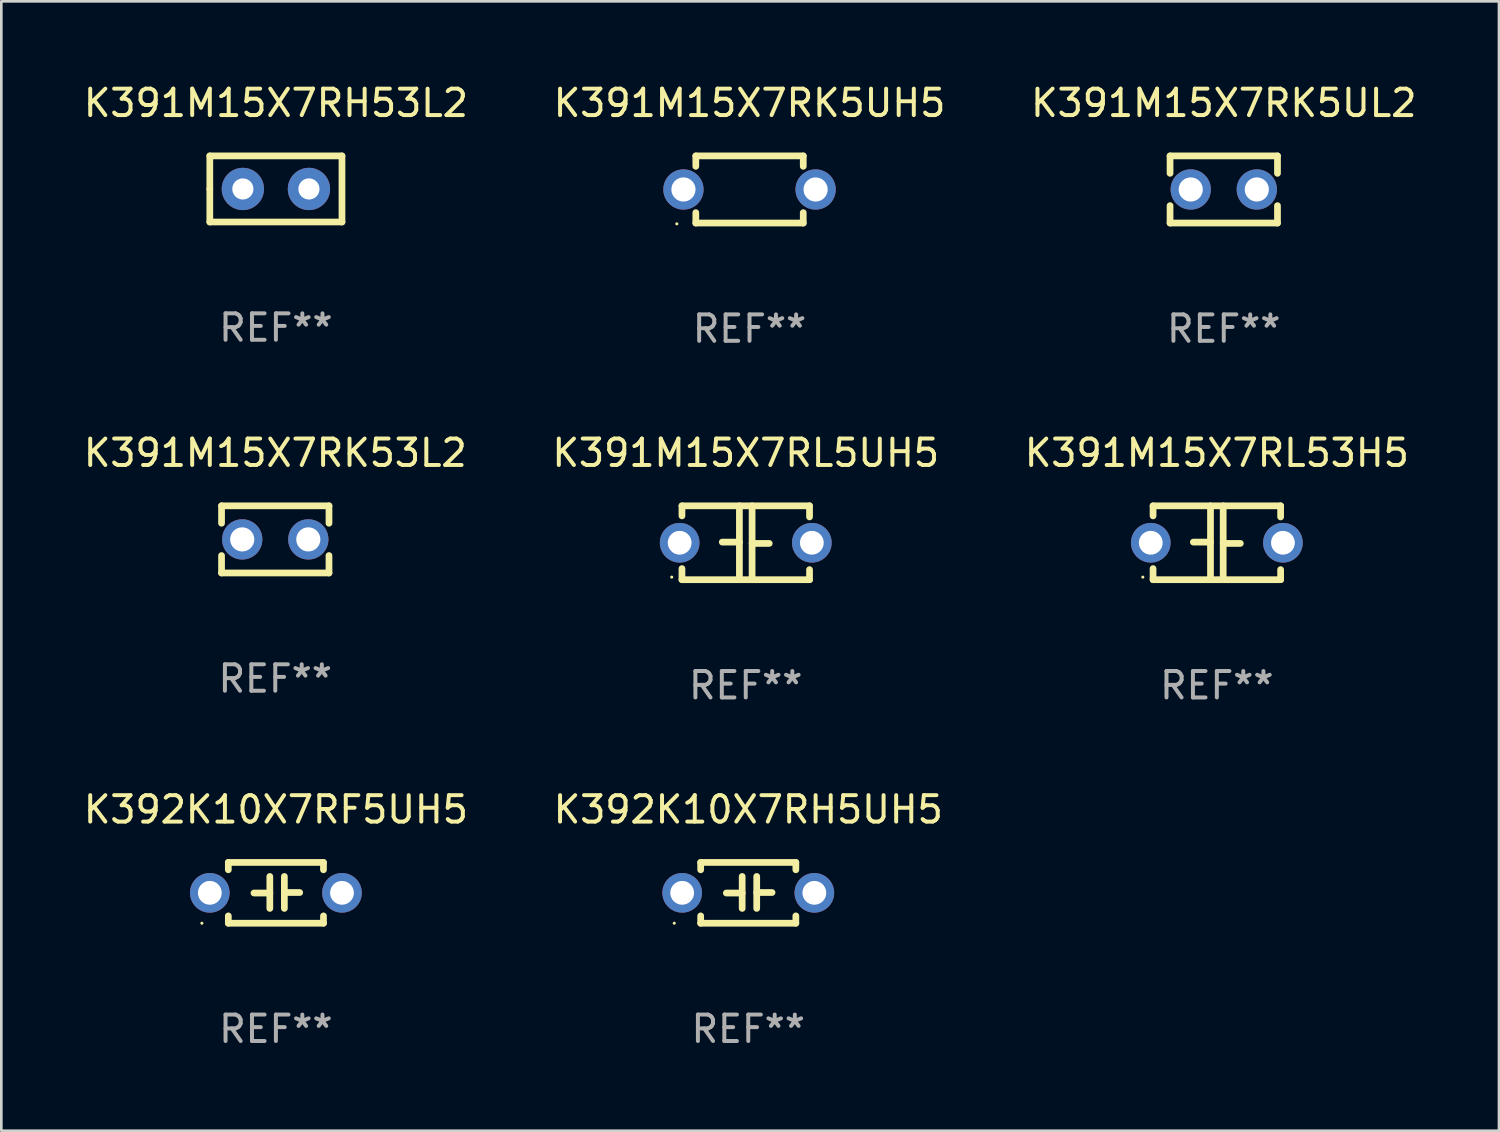
<source format=kicad_pcb>
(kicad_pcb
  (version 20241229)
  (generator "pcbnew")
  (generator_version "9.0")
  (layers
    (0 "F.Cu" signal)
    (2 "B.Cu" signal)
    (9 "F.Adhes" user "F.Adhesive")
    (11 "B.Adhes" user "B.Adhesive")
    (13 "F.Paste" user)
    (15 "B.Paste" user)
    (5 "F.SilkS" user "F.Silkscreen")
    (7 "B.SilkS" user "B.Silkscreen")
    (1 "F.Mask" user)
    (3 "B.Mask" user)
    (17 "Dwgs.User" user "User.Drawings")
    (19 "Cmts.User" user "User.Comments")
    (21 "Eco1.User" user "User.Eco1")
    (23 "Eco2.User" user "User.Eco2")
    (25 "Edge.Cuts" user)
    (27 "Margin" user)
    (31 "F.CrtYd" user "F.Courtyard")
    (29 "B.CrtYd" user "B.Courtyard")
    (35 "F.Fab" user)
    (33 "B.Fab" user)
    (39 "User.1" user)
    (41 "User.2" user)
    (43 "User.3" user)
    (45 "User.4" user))
  (footprint "K391M15X7RL53H5"
    (layer "F.Cu")
    (at 42.982 17.482)
    (property "Reference" "K391M15X7RL53H5" (at 0 -3.397 0) (layer "F.SilkS") (effects (font (size 1 1) (thickness 0.15))))
    (attr through_hole)
    (fp_line (start -2.413 -1.397) (end 2.413 -1.397) (stroke (width 0.254) (type solid)) (layer "F.SilkS"))
    (fp_line (start -2.413 -1.016) (end -2.413 -1.397) (stroke (width 0.254) (type solid)) (layer "F.SilkS"))
    (fp_line (start -2.413 0.977) (end -2.413 1.397) (stroke (width 0.254) (type solid)) (layer "F.SilkS"))
    (fp_line (start -0.24 -0.025) (end -0.889 -0.025) (stroke (width 0.254) (type solid)) (layer "F.SilkS"))
    (fp_line (start -0.24 1.397) (end -0.24 -1.397) (stroke (width 0.254) (type solid)) (layer "F.SilkS"))
    (fp_line (start 0.24 -1.397) (end 0.24 1.397) (stroke (width 0.254) (type solid)) (layer "F.SilkS"))
    (fp_line (start 0.24 0.025) (end 0.889 0.025) (stroke (width 0.254) (type solid)) (layer "F.SilkS"))
    (fp_line (start 2.413 -0.977) (end 2.413 -1.397) (stroke (width 0.254) (type solid)) (layer "F.SilkS"))
    (fp_line (start 2.413 1.016) (end 2.413 1.397) (stroke (width 0.254) (type solid)) (layer "F.SilkS"))
    (fp_line (start 2.413 1.397) (end -2.413 1.397) (stroke (width 0.254) (type solid)) (layer "F.SilkS"))
    (fp_circle (center -2.8 1.3) (end -2.77 1.3) (stroke (width 0.06) (type solid)) (fill no) (layer "F.SilkS"))
    (fp_text user "REF**" (at 0 5.397 0) (layer "F.Fab") (effects (font (size 1 1) (thickness 0.15))))
    (pad "1" thru_hole circle (at -2.5 0) (size 1.5 1.5) (drill 0.9) (layers "*.Cu" "*.Mask"))
    (pad "2" thru_hole circle (at 2.5 0) (size 1.5 1.5) (drill 0.9) (layers "*.Cu" "*.Mask")))
  (footprint "K391M15X7RK5UH5"
    (layer "F.Cu")
    (at 25.304 4.118)
    (property "Reference" "K391M15X7RK5UH5" (at 0 -3.27 0) (layer "F.SilkS") (effects (font (size 1 1) (thickness 0.15))))
    (attr through_hole)
    (fp_line (start -2.032 -1.27) (end -2.032 -0.876) (stroke (width 0.254) (type solid)) (layer "F.SilkS"))
    (fp_line (start -2.032 0.876) (end -2.032 1.27) (stroke (width 0.254) (type solid)) (layer "F.SilkS"))
    (fp_line (start -2.032 1.27) (end 2.032 1.27) (stroke (width 0.254) (type solid)) (layer "F.SilkS"))
    (fp_line (start 2.032 -1.27) (end -2.032 -1.27) (stroke (width 0.254) (type solid)) (layer "F.SilkS"))
    (fp_line (start 2.032 -0.876) (end 2.032 -1.27) (stroke (width 0.254) (type solid)) (layer "F.SilkS"))
    (fp_line (start 2.032 1.27) (end 2.032 0.876) (stroke (width 0.254) (type solid)) (layer "F.SilkS"))
    (fp_circle (center -2.751 1.3) (end -2.721 1.3) (stroke (width 0.06) (type solid)) (fill no) (layer "F.SilkS"))
    (fp_text user "REF**" (at 0 5.27 0) (layer "F.Fab") (effects (font (size 1 1) (thickness 0.15))))
    (pad "1" thru_hole circle (at -2.5 0) (size 1.524 1.524) (drill 0.914) (layers "*.Cu" "*.Mask"))
    (pad "2" thru_hole circle (at 2.5 0) (size 1.524 1.524) (drill 0.914) (layers "*.Cu" "*.Mask")))
  (footprint "K391M15X7RL5UH5"
    (layer "F.Cu")
    (at 25.161 17.482)
    (property "Reference" "K391M15X7RL5UH5" (at 0 -3.397 0) (layer "F.SilkS") (effects (font (size 1 1) (thickness 0.15))))
    (attr through_hole)
    (fp_line (start -2.413 -1.397) (end 2.413 -1.397) (stroke (width 0.254) (type solid)) (layer "F.SilkS"))
    (fp_line (start -2.413 -1.016) (end -2.413 -1.397) (stroke (width 0.254) (type solid)) (layer "F.SilkS"))
    (fp_line (start -2.413 0.977) (end -2.413 1.397) (stroke (width 0.254) (type solid)) (layer "F.SilkS"))
    (fp_line (start -0.24 -0.025) (end -0.889 -0.025) (stroke (width 0.254) (type solid)) (layer "F.SilkS"))
    (fp_line (start -0.24 1.397) (end -0.24 -1.397) (stroke (width 0.254) (type solid)) (layer "F.SilkS"))
    (fp_line (start 0.24 -1.397) (end 0.24 1.397) (stroke (width 0.254) (type solid)) (layer "F.SilkS"))
    (fp_line (start 0.24 0.025) (end 0.889 0.025) (stroke (width 0.254) (type solid)) (layer "F.SilkS"))
    (fp_line (start 2.413 -0.977) (end 2.413 -1.397) (stroke (width 0.254) (type solid)) (layer "F.SilkS"))
    (fp_line (start 2.413 1.016) (end 2.413 1.397) (stroke (width 0.254) (type solid)) (layer "F.SilkS"))
    (fp_line (start 2.413 1.397) (end -2.413 1.397) (stroke (width 0.254) (type solid)) (layer "F.SilkS"))
    (fp_circle (center -2.8 1.3) (end -2.77 1.3) (stroke (width 0.06) (type solid)) (fill no) (layer "F.SilkS"))
    (fp_text user "REF**" (at 0 5.397 0) (layer "F.Fab") (effects (font (size 1 1) (thickness 0.15))))
    (pad "1" thru_hole circle (at -2.5 0) (size 1.5 1.5) (drill 0.9) (layers "*.Cu" "*.Mask"))
    (pad "2" thru_hole circle (at 2.5 0) (size 1.5 1.5) (drill 0.9) (layers "*.Cu" "*.Mask")))
  (footprint "K392K10X7RH5UH5"
    (layer "F.Cu")
    (at 25.256 30.725)
    (property "Reference" "K392K10X7RH5UH5" (at 0 -3.15 0) (layer "F.SilkS") (effects (font (size 1 1) (thickness 0.15))))
    (attr through_hole)
    (fp_line (start -1.8 -1.15) (end -1.8 -0.872) (stroke (width 0.254) (type solid)) (layer "F.SilkS"))
    (fp_line (start -1.8 -1.15) (end 1.8 -1.15) (stroke (width 0.254) (type solid)) (layer "F.SilkS"))
    (fp_line (start -1.8 0.872) (end -1.8 1.15) (stroke (width 0.254) (type solid)) (layer "F.SilkS"))
    (fp_line (start -1.8 1.15) (end 1.8 1.15) (stroke (width 0.254) (type solid)) (layer "F.SilkS"))
    (fp_line (start -0.23 -0.62) (end -0.23 0.59) (stroke (width 0.254) (type solid)) (layer "F.SilkS"))
    (fp_line (start -0.23 0.007) (end -0.83 0.007) (stroke (width 0.254) (type solid)) (layer "F.SilkS"))
    (fp_line (start 0.32 -0.62) (end 0.32 0.59) (stroke (width 0.254) (type solid)) (layer "F.SilkS"))
    (fp_line (start 0.32 -0.012) (end 0.9 -0.012) (stroke (width 0.254) (type solid)) (layer "F.SilkS"))
    (fp_line (start 1.8 -1.15) (end 1.8 -0.872) (stroke (width 0.254) (type solid)) (layer "F.SilkS"))
    (fp_line (start 1.8 0.872) (end 1.8 1.15) (stroke (width 0.254) (type solid)) (layer "F.SilkS"))
    (fp_circle (center -2.8 1.15) (end -2.77 1.15) (stroke (width 0.06) (type solid)) (fill no) (layer "F.SilkS"))
    (fp_text user "REF**" (at 0 5.15 0) (layer "F.Fab") (effects (font (size 1 1) (thickness 0.15))))
    (pad "1" thru_hole circle (at -2.5 0) (size 1.5 1.5) (drill 0.9) (layers "*.Cu" "*.Mask"))
    (pad "2" thru_hole circle (at 2.5 0) (size 1.5 1.5) (drill 0.9) (layers "*.Cu" "*.Mask")))
  (footprint "K391M15X7RH53L2"
    (layer "F.Cu")
    (at 7.387 4.098)
    (property "Reference" "K391M15X7RH53L2" (at 0 -3.25 0) (layer "F.SilkS") (effects (font (size 1 1) (thickness 0.15))))
    (attr through_hole)
    (fp_line (start -2.5 -1.25) (end 2.5 -1.25) (stroke (width 0.254) (type solid)) (layer "F.SilkS"))
    (fp_line (start -2.5 0) (end -2.5 -1.25) (stroke (width 0.254) (type solid)) (layer "F.SilkS"))
    (fp_line (start -2.5 1.25) (end -2.5 0) (stroke (width 0.254) (type solid)) (layer "F.SilkS"))
    (fp_line (start 2.5 -1.25) (end 2.5 1.25) (stroke (width 0.254) (type solid)) (layer "F.SilkS"))
    (fp_line (start 2.5 1.25) (end -2.5 1.25) (stroke (width 0.254) (type solid)) (layer "F.SilkS"))
    (fp_circle (center -2.5 1.25) (end -2.47 1.25) (stroke (width 0.06) (type solid)) (fill no) (layer "F.SilkS"))
    (fp_text user "REF**" (at 0 5.25 0) (layer "F.Fab") (effects (font (size 1 1) (thickness 0.15))))
    (pad "1" thru_hole circle (at -1.25 0) (size 1.6 1.6) (drill 0.8) (layers "*.Cu" "*.Mask"))
    (pad "2" thru_hole circle (at 1.25 0) (size 1.6 1.6) (drill 0.8) (layers "*.Cu" "*.Mask")))
  (footprint "K391M15X7RK5UL2"
    (layer "F.Cu")
    (at 43.244 4.118)
    (property "Reference" "K391M15X7RK5UL2" (at 0 -3.27 0) (layer "F.SilkS") (effects (font (size 1 1) (thickness 0.15))))
    (attr through_hole)
    (fp_line (start -2.032 -1.27) (end -2.032 -0.611) (stroke (width 0.254) (type solid)) (layer "F.SilkS"))
    (fp_line (start -2.032 0.611) (end -2.032 1.27) (stroke (width 0.254) (type solid)) (layer "F.SilkS"))
    (fp_line (start -2.032 1.27) (end 2.032 1.27) (stroke (width 0.254) (type solid)) (layer "F.SilkS"))
    (fp_line (start 2.032 -1.27) (end -2.032 -1.27) (stroke (width 0.254) (type solid)) (layer "F.SilkS"))
    (fp_line (start 2.032 -0.611) (end 2.032 -1.27) (stroke (width 0.254) (type solid)) (layer "F.SilkS"))
    (fp_line (start 2.032 1.27) (end 2.032 0.611) (stroke (width 0.254) (type solid)) (layer "F.SilkS"))
    (fp_circle (center -2 1.3) (end -1.97 1.3) (stroke (width 0.06) (type solid)) (fill no) (layer "F.SilkS"))
    (fp_text user "REF**" (at 0 5.27 0) (layer "F.Fab") (effects (font (size 1 1) (thickness 0.15))))
    (pad "1" thru_hole circle (at -1.25 0) (size 1.524 1.524) (drill 0.914) (layers "*.Cu" "*.Mask"))
    (pad "2" thru_hole circle (at 1.25 0) (size 1.524 1.524) (drill 0.914) (layers "*.Cu" "*.Mask")))
  (footprint "K392K10X7RF5UH5"
    (layer "F.Cu")
    (at 7.387 30.725)
    (property "Reference" "K392K10X7RF5UH5" (at 0 -3.15 0) (layer "F.SilkS") (effects (font (size 1 1) (thickness 0.15))))
    (attr through_hole)
    (fp_line (start -1.8 -1.15) (end -1.8 -0.872) (stroke (width 0.254) (type solid)) (layer "F.SilkS"))
    (fp_line (start -1.8 -1.15) (end 1.8 -1.15) (stroke (width 0.254) (type solid)) (layer "F.SilkS"))
    (fp_line (start -1.8 0.872) (end -1.8 1.15) (stroke (width 0.254) (type solid)) (layer "F.SilkS"))
    (fp_line (start -1.8 1.15) (end 1.8 1.15) (stroke (width 0.254) (type solid)) (layer "F.SilkS"))
    (fp_line (start -0.23 -0.62) (end -0.23 0.59) (stroke (width 0.254) (type solid)) (layer "F.SilkS"))
    (fp_line (start -0.23 0.007) (end -0.83 0.007) (stroke (width 0.254) (type solid)) (layer "F.SilkS"))
    (fp_line (start 0.32 -0.62) (end 0.32 0.59) (stroke (width 0.254) (type solid)) (layer "F.SilkS"))
    (fp_line (start 0.32 -0.012) (end 0.9 -0.012) (stroke (width 0.254) (type solid)) (layer "F.SilkS"))
    (fp_line (start 1.8 -1.15) (end 1.8 -0.872) (stroke (width 0.254) (type solid)) (layer "F.SilkS"))
    (fp_line (start 1.8 0.872) (end 1.8 1.15) (stroke (width 0.254) (type solid)) (layer "F.SilkS"))
    (fp_circle (center -2.8 1.15) (end -2.77 1.15) (stroke (width 0.06) (type solid)) (fill no) (layer "F.SilkS"))
    (fp_text user "REF**" (at 0 5.15 0) (layer "F.Fab") (effects (font (size 1 1) (thickness 0.15))))
    (pad "1" thru_hole circle (at -2.5 0) (size 1.5 1.5) (drill 0.9) (layers "*.Cu" "*.Mask"))
    (pad "2" thru_hole circle (at 2.5 0) (size 1.5 1.5) (drill 0.9) (layers "*.Cu" "*.Mask")))
  (footprint "K391M15X7RK53L2"
    (layer "F.Cu")
    (at 7.363 17.355)
    (property "Reference" "K391M15X7RK53L2" (at 0 -3.27 0) (layer "F.SilkS") (effects (font (size 1 1) (thickness 0.15))))
    (attr through_hole)
    (fp_line (start -2.032 -1.27) (end -2.032 -0.611) (stroke (width 0.254) (type solid)) (layer "F.SilkS"))
    (fp_line (start -2.032 0.611) (end -2.032 1.27) (stroke (width 0.254) (type solid)) (layer "F.SilkS"))
    (fp_line (start -2.032 1.27) (end 2.032 1.27) (stroke (width 0.254) (type solid)) (layer "F.SilkS"))
    (fp_line (start 2.032 -1.27) (end -2.032 -1.27) (stroke (width 0.254) (type solid)) (layer "F.SilkS"))
    (fp_line (start 2.032 -0.611) (end 2.032 -1.27) (stroke (width 0.254) (type solid)) (layer "F.SilkS"))
    (fp_line (start 2.032 1.27) (end 2.032 0.611) (stroke (width 0.254) (type solid)) (layer "F.SilkS"))
    (fp_circle (center -2 1.3) (end -1.97 1.3) (stroke (width 0.06) (type solid)) (fill no) (layer "F.SilkS"))
    (fp_text user "REF**" (at 0 5.27 0) (layer "F.Fab") (effects (font (size 1 1) (thickness 0.15))))
    (pad "1" thru_hole circle (at -1.25 0) (size 1.524 1.524) (drill 0.914) (layers "*.Cu" "*.Mask"))
    (pad "2" thru_hole circle (at 1.25 0) (size 1.524 1.524) (drill 0.914) (layers "*.Cu" "*.Mask")))
  (gr_rect
    (start -3 -3)
    (end 53.655 39.724)
    (stroke (width 0.1) (type default))
    (fill no)
    (layer "Edge.Cuts")))
</source>
